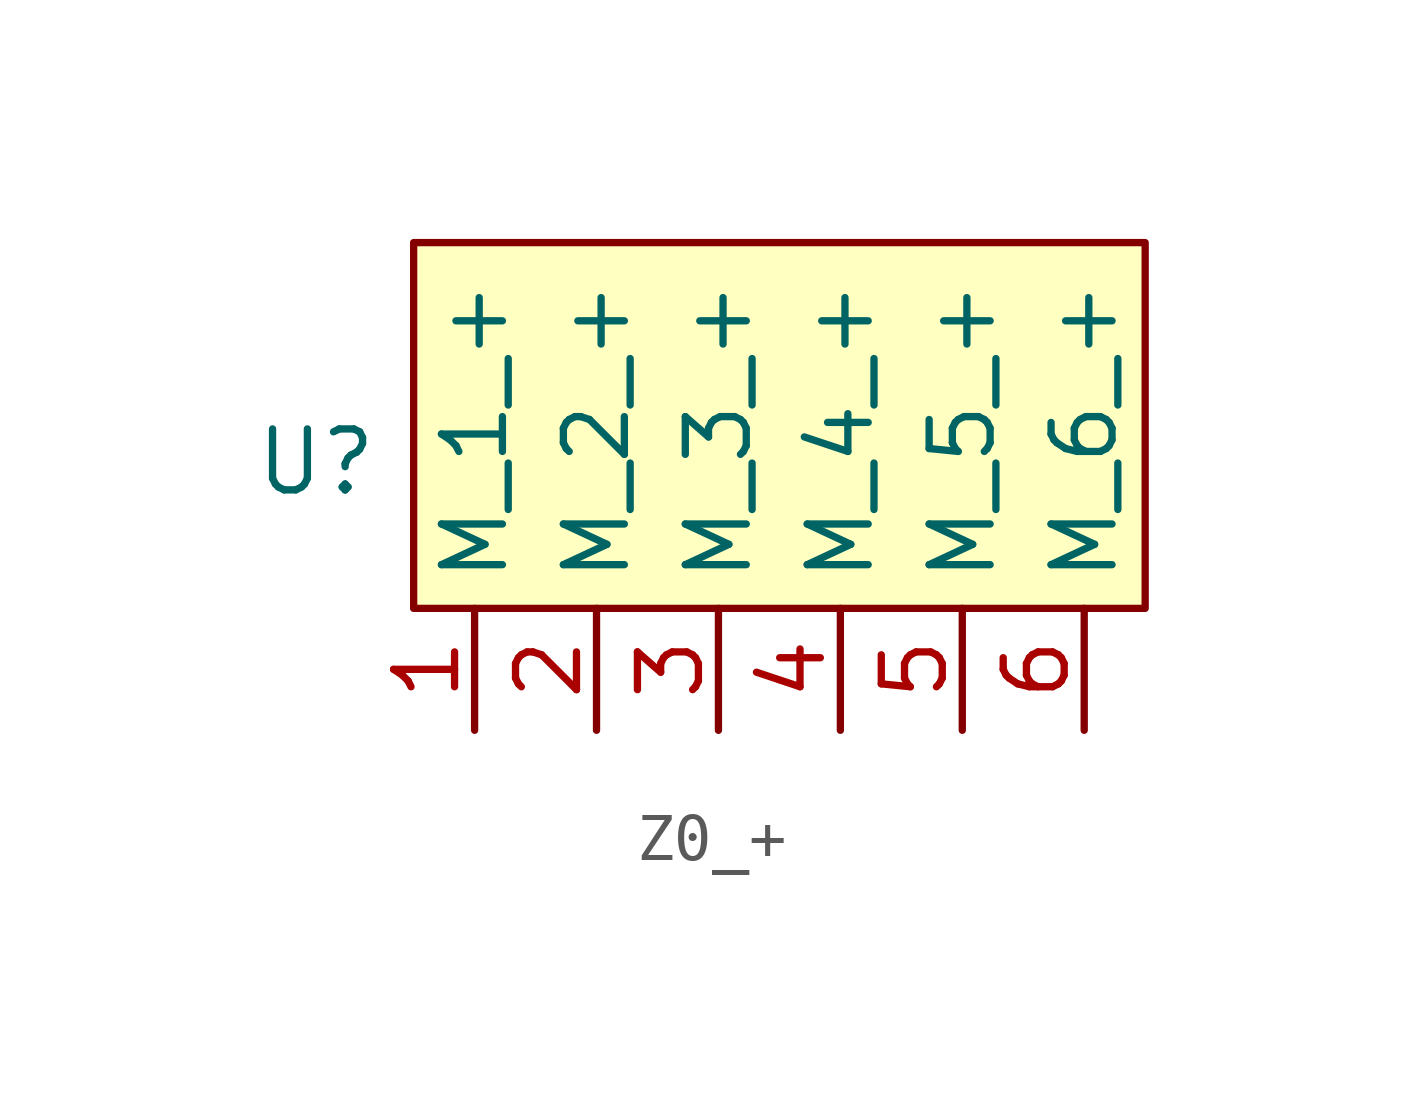
<source format=kicad_sym>
(kicad_symbol_lib
  (version 20231120)
  (generator "kicad_symbol_editor")
  (generator_version "8.0")
  (symbol "Z0_+"
    (property "Reference" "U"
      (at -2.032 3.048 0)
      (effects (font (size 1.27 1.27))))
    (property "Value" ""
      (at 0 0 0)
      (effects (font (size 1.27 1.27))))
    (symbol "Z0_+_1_1"
      (rectangle (start 0 7.62) (end 15.24 0) (stroke (width 0) (type default)) (fill (type background)))
      (pin input line (at 1.27 -2.54 90) (length 2.54) (name "M_1_+" (effects (font (size 1.27 1.27)))) (number "1" (effects (font (size 1.27 1.27)))))
      (pin input line (at 3.81 -2.54 90) (length 2.54) (name "M_2_+" (effects (font (size 1.27 1.27)))) (number "2" (effects (font (size 1.27 1.27)))))
      (pin input line (at 6.35 -2.54 90) (length 2.54) (name "M_3_+" (effects (font (size 1.27 1.27)))) (number "3" (effects (font (size 1.27 1.27)))))
      (pin input line (at 8.89 -2.54 90) (length 2.54) (name "M_4_+" (effects (font (size 1.27 1.27)))) (number "4" (effects (font (size 1.27 1.27)))))
      (pin input line (at 11.43 -2.54 90) (length 2.54) (name "M_5_+" (effects (font (size 1.27 1.27)))) (number "5" (effects (font (size 1.27 1.27)))))
      (pin input line (at 13.97 -2.54 90) (length 2.54) (name "M_6_+" (effects (font (size 1.27 1.27)))) (number "6" (effects (font (size 1.27 1.27))))))))
</source>
